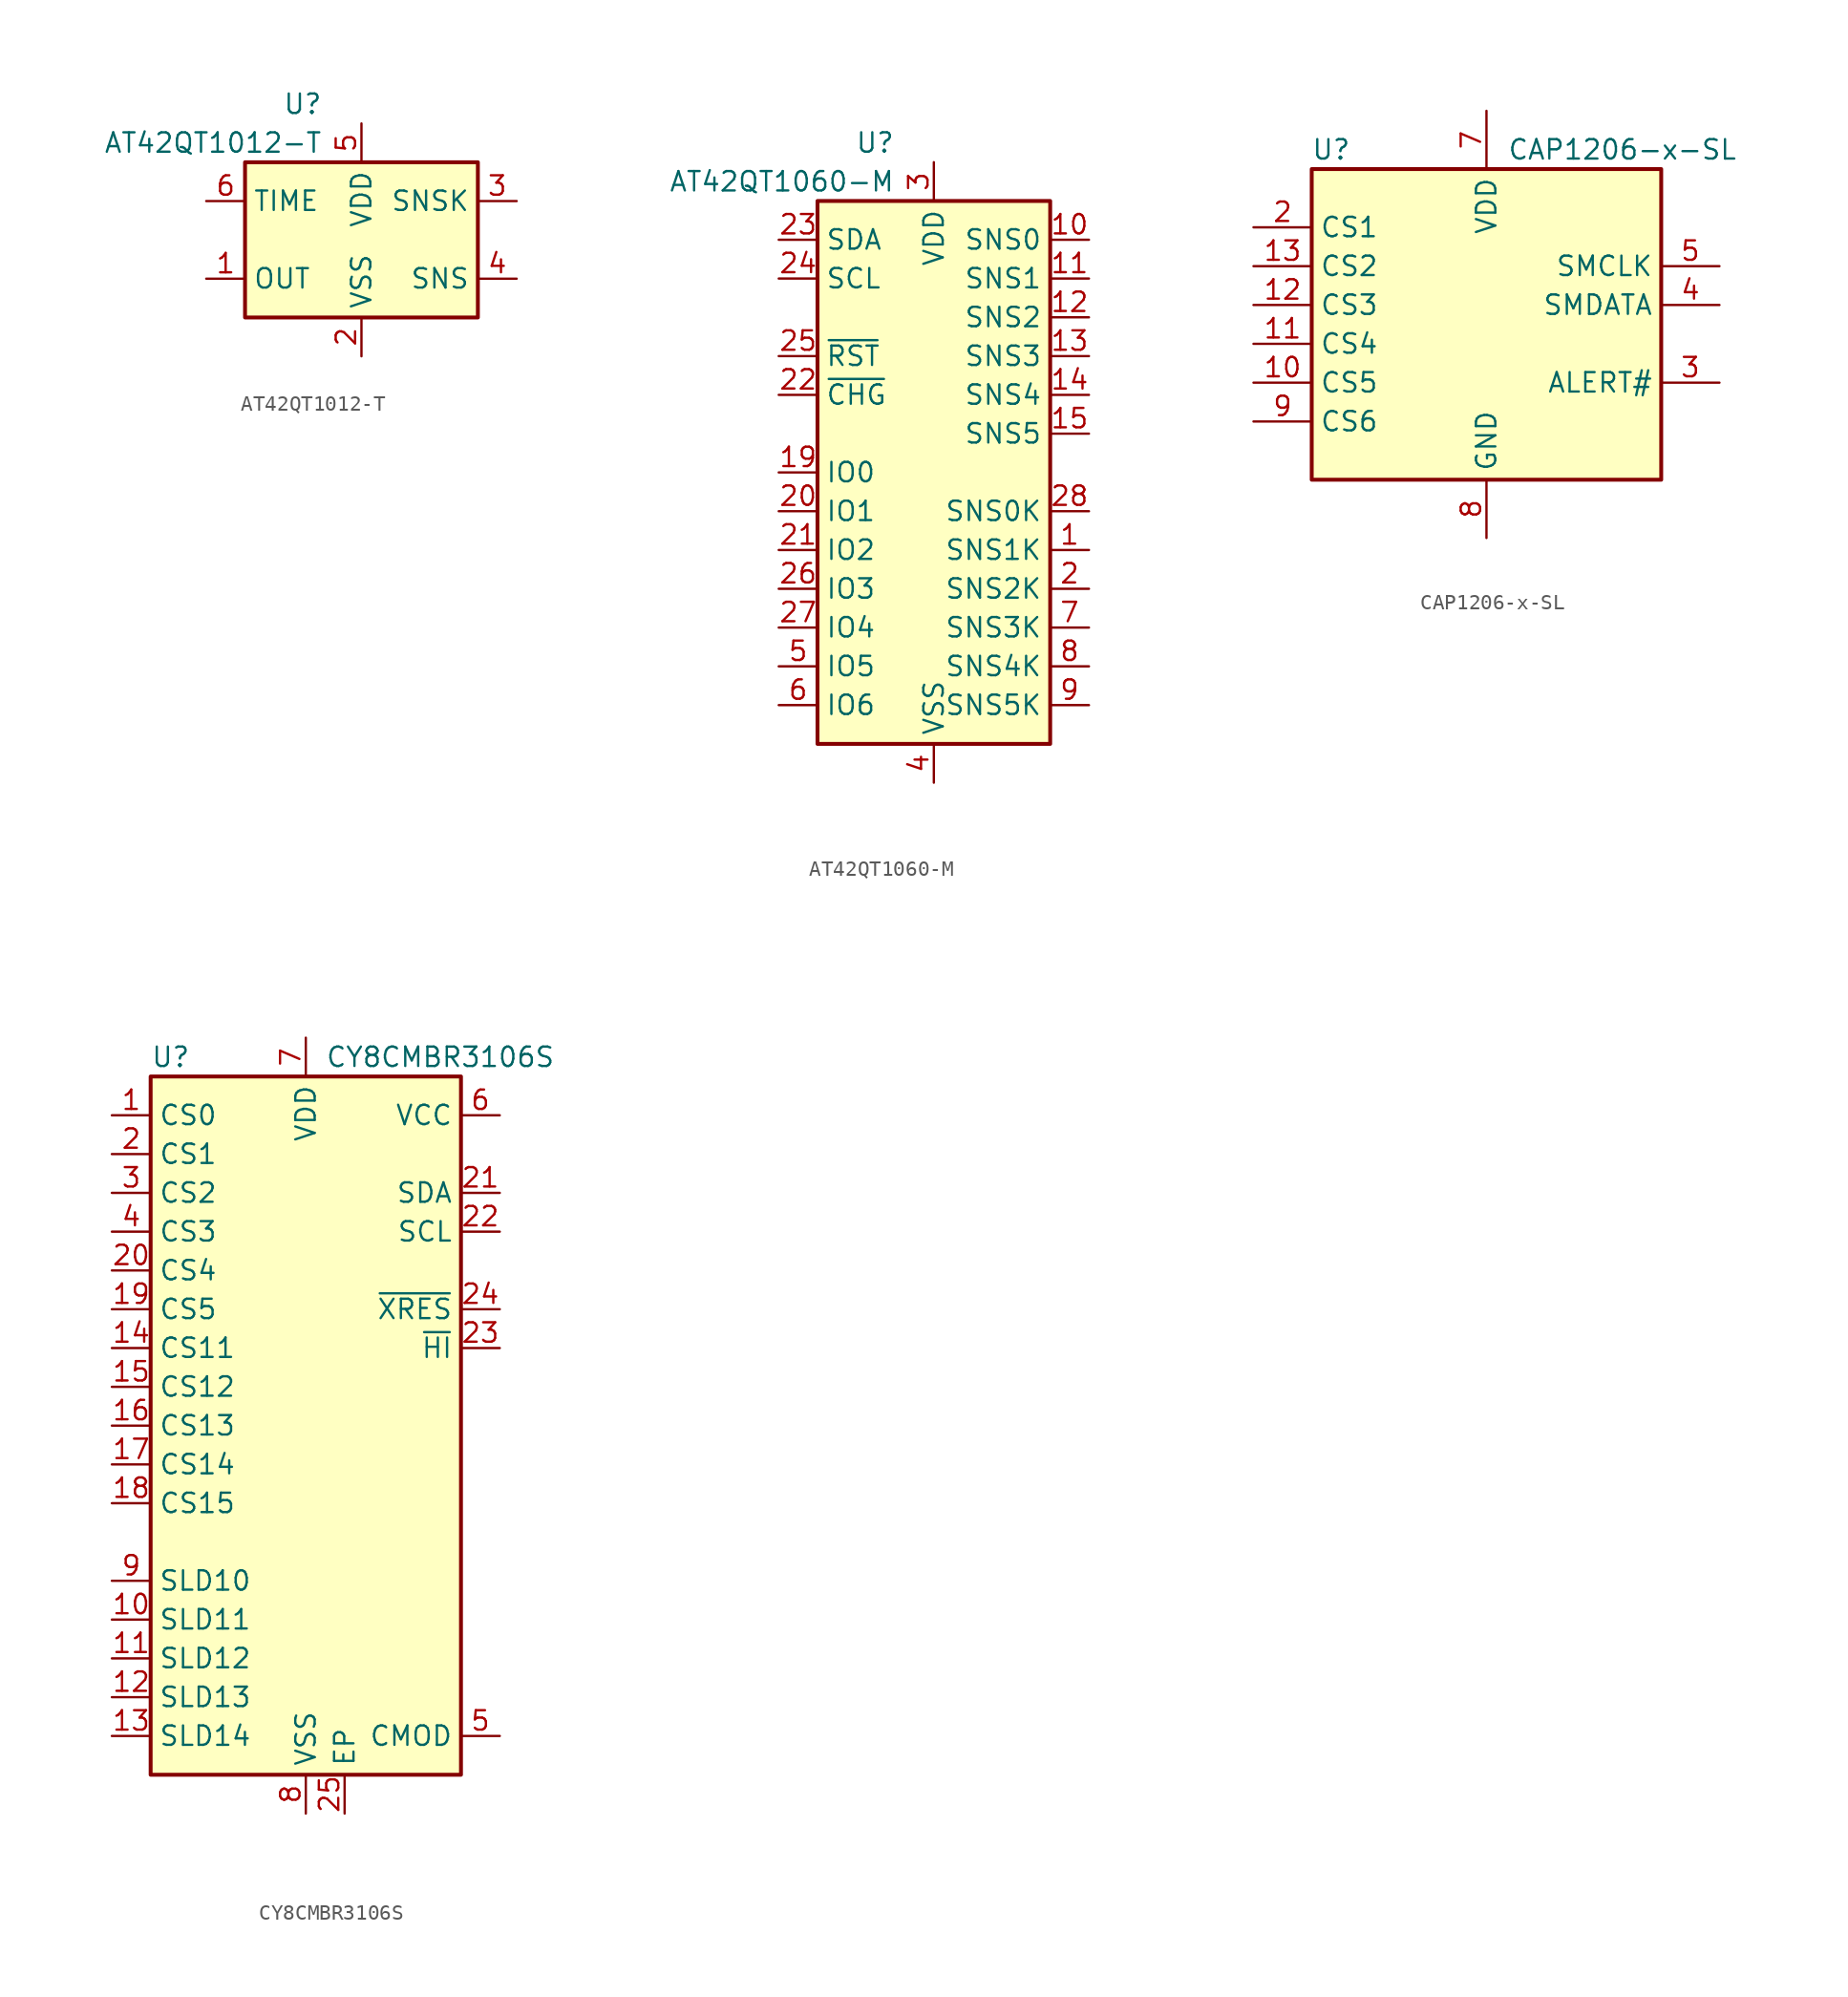
<source format=kicad_sym>
(kicad_symbol_lib
  (version 20211014)
  (generator kicad_symbol_editor)
  (symbol "AT42QT1012-T"
    (property "Reference" "U"
      (at -2.54 8.89 0)
      (effects (font (size 1.27 1.27)) (justify right)))
    (property "Value" "AT42QT1012-T"
      (at -2.54 6.35 0)
      (effects (font (size 1.27 1.27)) (justify right)))
    (symbol "AT42QT1012-T_0_1"
      (rectangle (start -7.62 5.08) (end 7.62 -5.08) (stroke (width 0.254) (type default) (color 0 0 0 0)) (fill (type background))))
    (symbol "AT42QT1012-T_1_1"
      (pin output line (at -10.16 -2.54 0) (length 2.54) (name "OUT" (effects (font (size 1.27 1.27)))) (number "1" (effects (font (size 1.27 1.27)))))
      (pin power_in line (at 0 -7.62 90) (length 2.54) (name "VSS" (effects (font (size 1.27 1.27)))) (number "2" (effects (font (size 1.27 1.27)))))
      (pin passive line (at 10.16 2.54 180) (length 2.54) (name "SNSK" (effects (font (size 1.27 1.27)))) (number "3" (effects (font (size 1.27 1.27)))))
      (pin passive line (at 10.16 -2.54 180) (length 2.54) (name "SNS" (effects (font (size 1.27 1.27)))) (number "4" (effects (font (size 1.27 1.27)))))
      (pin power_in line (at 0 7.62 270) (length 2.54) (name "VDD" (effects (font (size 1.27 1.27)))) (number "5" (effects (font (size 1.27 1.27)))))
      (pin input line (at -10.16 2.54 0) (length 2.54) (name "TIME" (effects (font (size 1.27 1.27)))) (number "6" (effects (font (size 1.27 1.27)))))))
  (symbol "AT42QT1060-M"
    (property "Reference" "U"
      (at -2.54 21.59 0)
      (effects (font (size 1.27 1.27)) (justify right)))
    (property "Value" "AT42QT1060-M"
      (at -2.54 19.05 0)
      (effects (font (size 1.27 1.27)) (justify right)))
    (symbol "AT42QT1060-M_0_1"
      (rectangle (start 7.62 17.78) (end -7.62 -17.78) (stroke (width 0.254) (type default) (color 0 0 0 0)) (fill (type background))))
    (symbol "AT42QT1060-M_1_1"
      (pin passive line (at 10.16 -5.08 180) (length 2.54) (name "SNS1K" (effects (font (size 1.27 1.27)))) (number "1" (effects (font (size 1.27 1.27)))))
      (pin passive line (at 10.16 15.24 180) (length 2.54) (name "SNS0" (effects (font (size 1.27 1.27)))) (number "10" (effects (font (size 1.27 1.27)))))
      (pin passive line (at 10.16 12.7 180) (length 2.54) (name "SNS1" (effects (font (size 1.27 1.27)))) (number "11" (effects (font (size 1.27 1.27)))))
      (pin passive line (at 10.16 10.16 180) (length 2.54) (name "SNS2" (effects (font (size 1.27 1.27)))) (number "12" (effects (font (size 1.27 1.27)))))
      (pin passive line (at 10.16 7.62 180) (length 2.54) (name "SNS3" (effects (font (size 1.27 1.27)))) (number "13" (effects (font (size 1.27 1.27)))))
      (pin passive line (at 10.16 5.08 180) (length 2.54) (name "SNS4" (effects (font (size 1.27 1.27)))) (number "14" (effects (font (size 1.27 1.27)))))
      (pin passive line (at 10.16 2.54 180) (length 2.54) (name "SNS5" (effects (font (size 1.27 1.27)))) (number "15" (effects (font (size 1.27 1.27)))))
      (pin passive line (at 0 20.32 270) (length 2.54) hide (name "VDD" (effects (font (size 1.27 1.27)))) (number "16" (effects (font (size 1.27 1.27)))))
      (pin passive line (at 0 20.32 270) (length 2.54) hide (name "VDD" (effects (font (size 1.27 1.27)))) (number "17" (effects (font (size 1.27 1.27)))))
      (pin passive line (at 0 -20.32 90) (length 2.54) hide (name "VSS" (effects (font (size 1.27 1.27)))) (number "18" (effects (font (size 1.27 1.27)))))
      (pin bidirectional line (at -10.16 0 0) (length 2.54) (name "IO0" (effects (font (size 1.27 1.27)))) (number "19" (effects (font (size 1.27 1.27)))))
      (pin passive line (at 10.16 -7.62 180) (length 2.54) (name "SNS2K" (effects (font (size 1.27 1.27)))) (number "2" (effects (font (size 1.27 1.27)))))
      (pin bidirectional line (at -10.16 -2.54 0) (length 2.54) (name "IO1" (effects (font (size 1.27 1.27)))) (number "20" (effects (font (size 1.27 1.27)))))
      (pin bidirectional line (at -10.16 -5.08 0) (length 2.54) (name "IO2" (effects (font (size 1.27 1.27)))) (number "21" (effects (font (size 1.27 1.27)))))
      (pin open_collector line (at -10.16 5.08 0) (length 2.54) (name "~{CHG}" (effects (font (size 1.27 1.27)))) (number "22" (effects (font (size 1.27 1.27)))))
      (pin bidirectional line (at -10.16 15.24 0) (length 2.54) (name "SDA" (effects (font (size 1.27 1.27)))) (number "23" (effects (font (size 1.27 1.27)))))
      (pin input line (at -10.16 12.7 0) (length 2.54) (name "SCL" (effects (font (size 1.27 1.27)))) (number "24" (effects (font (size 1.27 1.27)))))
      (pin input line (at -10.16 7.62 0) (length 2.54) (name "~{RST}" (effects (font (size 1.27 1.27)))) (number "25" (effects (font (size 1.27 1.27)))))
      (pin bidirectional line (at -10.16 -7.62 0) (length 2.54) (name "IO3" (effects (font (size 1.27 1.27)))) (number "26" (effects (font (size 1.27 1.27)))))
      (pin bidirectional line (at -10.16 -10.16 0) (length 2.54) (name "IO4" (effects (font (size 1.27 1.27)))) (number "27" (effects (font (size 1.27 1.27)))))
      (pin passive line (at 10.16 -2.54 180) (length 2.54) (name "SNS0K" (effects (font (size 1.27 1.27)))) (number "28" (effects (font (size 1.27 1.27)))))
      (pin passive line (at 0 -20.32 90) (length 2.54) hide (name "VSS" (effects (font (size 1.27 1.27)))) (number "29" (effects (font (size 1.27 1.27)))))
      (pin power_in line (at 0 20.32 270) (length 2.54) (name "VDD" (effects (font (size 1.27 1.27)))) (number "3" (effects (font (size 1.27 1.27)))))
      (pin power_in line (at 0 -20.32 90) (length 2.54) (name "VSS" (effects (font (size 1.27 1.27)))) (number "4" (effects (font (size 1.27 1.27)))))
      (pin bidirectional line (at -10.16 -12.7 0) (length 2.54) (name "IO5" (effects (font (size 1.27 1.27)))) (number "5" (effects (font (size 1.27 1.27)))))
      (pin bidirectional line (at -10.16 -15.24 0) (length 2.54) (name "IO6" (effects (font (size 1.27 1.27)))) (number "6" (effects (font (size 1.27 1.27)))))
      (pin passive line (at 10.16 -10.16 180) (length 2.54) (name "SNS3K" (effects (font (size 1.27 1.27)))) (number "7" (effects (font (size 1.27 1.27)))))
      (pin passive line (at 10.16 -12.7 180) (length 2.54) (name "SNS4K" (effects (font (size 1.27 1.27)))) (number "8" (effects (font (size 1.27 1.27)))))
      (pin passive line (at 10.16 -15.24 180) (length 2.54) (name "SNS5K" (effects (font (size 1.27 1.27)))) (number "9" (effects (font (size 1.27 1.27)))))))
  (symbol "CAP1206-x-SL"
    (property "Reference" "U"
      (at -10.16 12.7 0)
      (effects (font (size 1.27 1.27))))
    (property "Value" "CAP1206-x-SL"
      (at 8.89 12.7 0)
      (effects (font (size 1.27 1.27))))
    (symbol "CAP1206-x-SL_0_1"
      (rectangle (start -11.43 11.43) (end 11.43 -8.89) (stroke (width 0.254) (type default) (color 0 0 0 0)) (fill (type background))))
    (symbol "CAP1206-x-SL_1_1"
      (pin passive line (at -15.24 -2.54 0) (length 3.81) (name "CS5" (effects (font (size 1.27 1.27)))) (number "10" (effects (font (size 1.27 1.27)))))
      (pin passive line (at -15.24 0 0) (length 3.81) (name "CS4" (effects (font (size 1.27 1.27)))) (number "11" (effects (font (size 1.27 1.27)))))
      (pin passive line (at -15.24 2.54 0) (length 3.81) (name "CS3" (effects (font (size 1.27 1.27)))) (number "12" (effects (font (size 1.27 1.27)))))
      (pin passive line (at -15.24 5.08 0) (length 3.81) (name "CS2" (effects (font (size 1.27 1.27)))) (number "13" (effects (font (size 1.27 1.27)))))
      (pin passive line (at -15.24 7.62 0) (length 3.81) (name "CS1" (effects (font (size 1.27 1.27)))) (number "2" (effects (font (size 1.27 1.27)))))
      (pin open_collector line (at 15.24 -2.54 180) (length 3.81) (name "ALERT#" (effects (font (size 1.27 1.27)))) (number "3" (effects (font (size 1.27 1.27)))))
      (pin bidirectional line (at 15.24 2.54 180) (length 3.81) (name "SMDATA" (effects (font (size 1.27 1.27)))) (number "4" (effects (font (size 1.27 1.27)))))
      (pin input line (at 15.24 5.08 180) (length 3.81) (name "SMCLK" (effects (font (size 1.27 1.27)))) (number "5" (effects (font (size 1.27 1.27)))))
      (pin power_in line (at 0 15.24 270) (length 3.81) (name "VDD" (effects (font (size 1.27 1.27)))) (number "7" (effects (font (size 1.27 1.27)))))
      (pin power_in line (at 0 -12.7 90) (length 3.81) (name "GND" (effects (font (size 1.27 1.27)))) (number "8" (effects (font (size 1.27 1.27)))))
      (pin passive line (at -15.24 -5.08 0) (length 3.81) (name "CS6" (effects (font (size 1.27 1.27)))) (number "9" (effects (font (size 1.27 1.27)))))))
  (symbol "CY8CMBR3106S"
    (property "Reference" "U"
      (at -10.16 24.13 0)
      (effects (font (size 1.27 1.27)) (justify left)))
    (property "Value" "CY8CMBR3106S"
      (at 1.27 24.13 0)
      (effects (font (size 1.27 1.27)) (justify left)))
    (symbol "CY8CMBR3106S_0_1"
      (rectangle (start -10.16 22.86) (end 10.16 -22.86) (stroke (width 0.254) (type default) (color 0 0 0 0)) (fill (type background))))
    (symbol "CY8CMBR3106S_1_1"
      (pin passive line (at -12.7 20.32 0) (length 2.54) (name "CS0" (effects (font (size 1.27 1.27)))) (number "1" (effects (font (size 1.27 1.27)))))
      (pin passive line (at -12.7 -12.7 0) (length 2.54) (name "SLD11" (effects (font (size 1.27 1.27)))) (number "10" (effects (font (size 1.27 1.27)))))
      (pin passive line (at -12.7 -15.24 0) (length 2.54) (name "SLD12" (effects (font (size 1.27 1.27)))) (number "11" (effects (font (size 1.27 1.27)))))
      (pin passive line (at -12.7 -17.78 0) (length 2.54) (name "SLD13" (effects (font (size 1.27 1.27)))) (number "12" (effects (font (size 1.27 1.27)))))
      (pin passive line (at -12.7 -20.32 0) (length 2.54) (name "SLD14" (effects (font (size 1.27 1.27)))) (number "13" (effects (font (size 1.27 1.27)))))
      (pin passive line (at -12.7 5.08 0) (length 2.54) (name "CS11" (effects (font (size 1.27 1.27)))) (number "14" (effects (font (size 1.27 1.27)))))
      (pin passive line (at -12.7 2.54 0) (length 2.54) (name "CS12" (effects (font (size 1.27 1.27)))) (number "15" (effects (font (size 1.27 1.27)))))
      (pin passive line (at -12.7 0 0) (length 2.54) (name "CS13" (effects (font (size 1.27 1.27)))) (number "16" (effects (font (size 1.27 1.27)))))
      (pin passive line (at -12.7 -2.54 0) (length 2.54) (name "CS14" (effects (font (size 1.27 1.27)))) (number "17" (effects (font (size 1.27 1.27)))))
      (pin passive line (at -12.7 -5.08 0) (length 2.54) (name "CS15" (effects (font (size 1.27 1.27)))) (number "18" (effects (font (size 1.27 1.27)))))
      (pin passive line (at -12.7 7.62 0) (length 2.54) (name "CS5" (effects (font (size 1.27 1.27)))) (number "19" (effects (font (size 1.27 1.27)))))
      (pin passive line (at -12.7 17.78 0) (length 2.54) (name "CS1" (effects (font (size 1.27 1.27)))) (number "2" (effects (font (size 1.27 1.27)))))
      (pin passive line (at -12.7 10.16 0) (length 2.54) (name "CS4" (effects (font (size 1.27 1.27)))) (number "20" (effects (font (size 1.27 1.27)))))
      (pin bidirectional line (at 12.7 15.24 180) (length 2.54) (name "SDA" (effects (font (size 1.27 1.27)))) (number "21" (effects (font (size 1.27 1.27)))))
      (pin input line (at 12.7 12.7 180) (length 2.54) (name "SCL" (effects (font (size 1.27 1.27)))) (number "22" (effects (font (size 1.27 1.27)))))
      (pin bidirectional line (at 12.7 5.08 180) (length 2.54) (name "~{HI}" (effects (font (size 1.27 1.27)))) (number "23" (effects (font (size 1.27 1.27)))))
      (pin input line (at 12.7 7.62 180) (length 2.54) (name "~{XRES}" (effects (font (size 1.27 1.27)))) (number "24" (effects (font (size 1.27 1.27)))))
      (pin passive line (at 2.54 -25.4 90) (length 2.54) (name "EP" (effects (font (size 1.27 1.27)))) (number "25" (effects (font (size 1.27 1.27)))))
      (pin passive line (at -12.7 15.24 0) (length 2.54) (name "CS2" (effects (font (size 1.27 1.27)))) (number "3" (effects (font (size 1.27 1.27)))))
      (pin passive line (at -12.7 12.7 0) (length 2.54) (name "CS3" (effects (font (size 1.27 1.27)))) (number "4" (effects (font (size 1.27 1.27)))))
      (pin passive line (at 12.7 -20.32 180) (length 2.54) (name "CMOD" (effects (font (size 1.27 1.27)))) (number "5" (effects (font (size 1.27 1.27)))))
      (pin passive line (at 12.7 20.32 180) (length 2.54) (name "VCC" (effects (font (size 1.27 1.27)))) (number "6" (effects (font (size 1.27 1.27)))))
      (pin power_in line (at 0 25.4 270) (length 2.54) (name "VDD" (effects (font (size 1.27 1.27)))) (number "7" (effects (font (size 1.27 1.27)))))
      (pin power_in line (at 0 -25.4 90) (length 2.54) (name "VSS" (effects (font (size 1.27 1.27)))) (number "8" (effects (font (size 1.27 1.27)))))
      (pin passive line (at -12.7 -10.16 0) (length 2.54) (name "SLD10" (effects (font (size 1.27 1.27)))) (number "9" (effects (font (size 1.27 1.27))))))))
</source>
